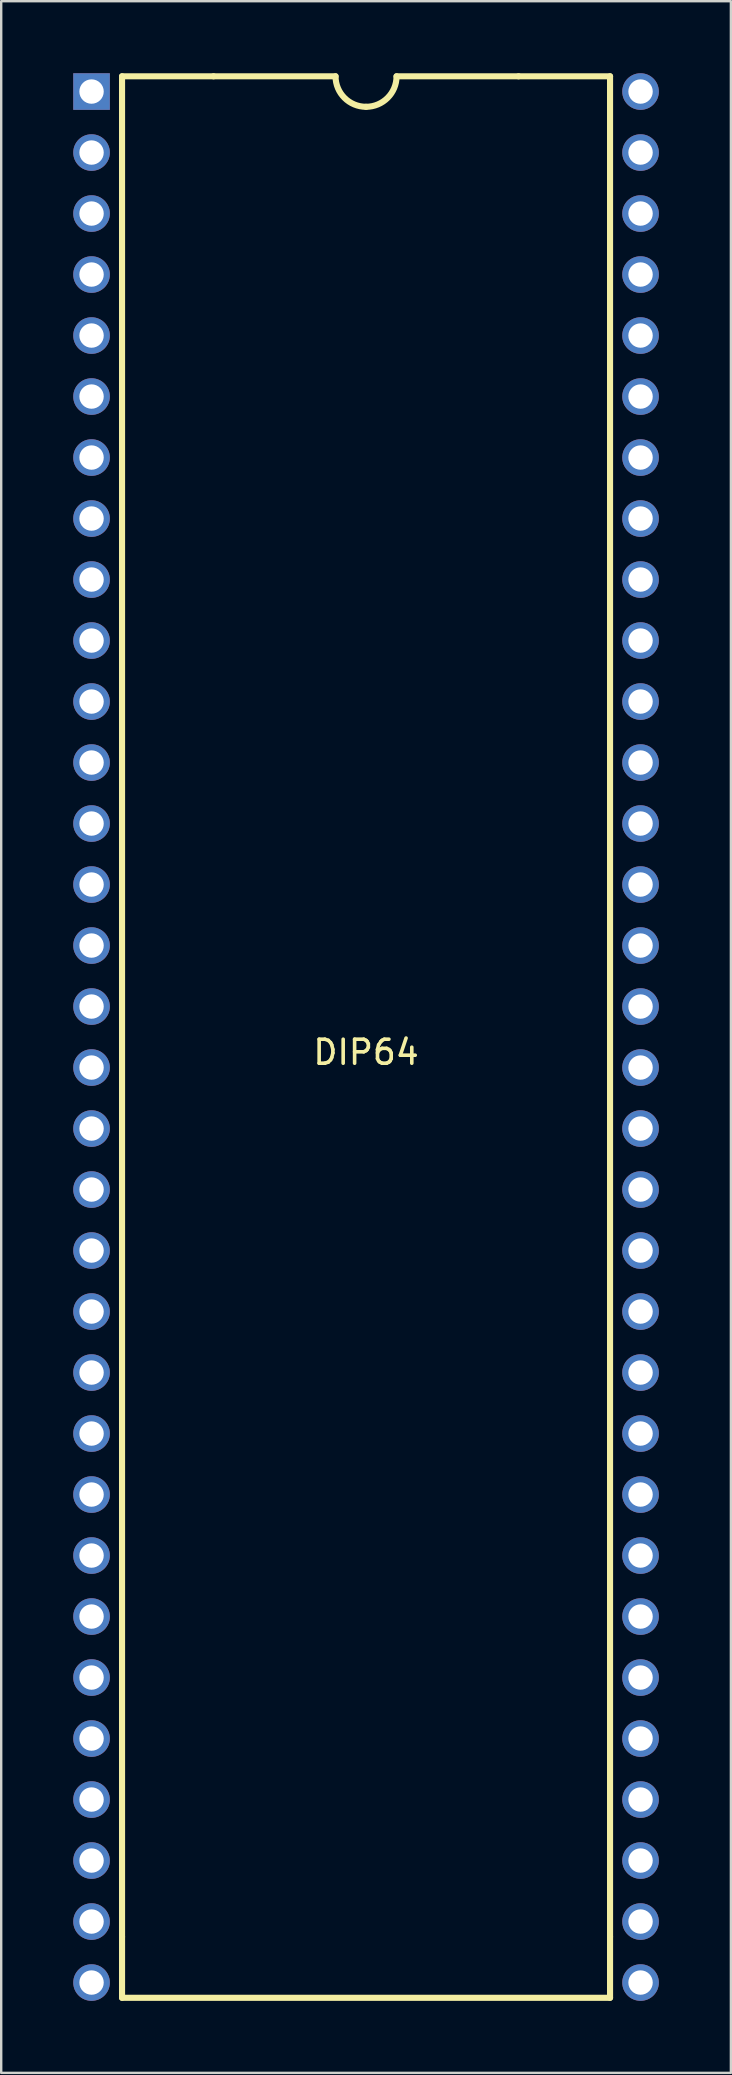
<source format=kicad_pcb>
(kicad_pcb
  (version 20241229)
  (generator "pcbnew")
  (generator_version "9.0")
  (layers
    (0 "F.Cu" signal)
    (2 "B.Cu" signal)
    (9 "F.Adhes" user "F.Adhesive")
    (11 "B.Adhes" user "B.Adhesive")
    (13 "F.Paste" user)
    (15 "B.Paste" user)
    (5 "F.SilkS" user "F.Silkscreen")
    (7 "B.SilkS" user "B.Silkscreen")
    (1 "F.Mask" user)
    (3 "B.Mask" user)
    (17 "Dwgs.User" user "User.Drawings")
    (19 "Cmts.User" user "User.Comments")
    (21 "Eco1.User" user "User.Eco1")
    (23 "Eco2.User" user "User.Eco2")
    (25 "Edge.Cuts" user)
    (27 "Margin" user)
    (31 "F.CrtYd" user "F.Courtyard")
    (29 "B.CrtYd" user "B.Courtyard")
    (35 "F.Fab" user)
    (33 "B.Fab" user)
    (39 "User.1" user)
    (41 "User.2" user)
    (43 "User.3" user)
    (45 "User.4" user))
  (footprint "DIP64"
    (layer "F.Cu")
    (at 12.192 40.132)
    (property "Reference" "DIP64" (at 0 0.635 0) (unlocked yes) (layer "F.SilkS") (effects (font (size 1 1) (thickness 0.15))))
    (attr through_hole)
    (fp_line (start -10.16 -40.005) (end -10.16 37.465) (stroke (width 0.254) (type solid)) (layer "F.SilkS"))
    (fp_line (start -10.16 37.465) (end -10.16 40.005) (stroke (width 0.254) (type solid)) (layer "F.SilkS"))
    (fp_line (start -10.16 40.005) (end 10.16 40.005) (stroke (width 0.254) (type solid)) (layer "F.SilkS"))
    (fp_line (start -6.35 -40.005) (end -10.16 -40.005) (stroke (width 0.254) (type solid)) (layer "F.SilkS"))
    (fp_line (start -6.35 -40.005) (end -1.27 -40.005) (stroke (width 0.254) (type solid)) (layer "F.SilkS"))
    (fp_line (start 6.35 -40.005) (end 1.27 -40.005) (stroke (width 0.254) (type solid)) (layer "F.SilkS"))
    (fp_line (start 6.35 -40.005) (end 10.16 -40.005) (stroke (width 0.254) (type solid)) (layer "F.SilkS"))
    (fp_line (start 10.16 37.465) (end 10.16 -40.005) (stroke (width 0.254) (type solid)) (layer "F.SilkS"))
    (fp_line (start 10.16 37.465) (end 10.16 40.005) (stroke (width 0.254) (type solid)) (layer "F.SilkS"))
    (fp_arc (start 0 -38.735) (mid -0.898026 -39.106974) (end -1.27 -40.005) (stroke (width 0.254) (type solid)) (layer "F.SilkS"))
    (fp_arc (start 1.27 -40.005) (mid 0.898026 -39.106974) (end 0 -38.735) (stroke (width 0.254) (type solid)) (layer "F.SilkS"))
    (pad "1" thru_hole rect (at -11.43 -39.37) (size 1.524 1.524) (drill 1.016) (layers "*.Cu" "*.Mask"))
    (pad "2" thru_hole circle (at -11.43 -36.83) (size 1.524 1.524) (drill 1.016) (layers "*.Cu" "*.Mask"))
    (pad "3" thru_hole circle (at -11.43 -34.29) (size 1.524 1.524) (drill 1.016) (layers "*.Cu" "*.Mask"))
    (pad "4" thru_hole circle (at -11.43 -31.75) (size 1.524 1.524) (drill 1.016) (layers "*.Cu" "*.Mask"))
    (pad "5" thru_hole circle (at -11.43 -29.21) (size 1.524 1.524) (drill 1.016) (layers "*.Cu" "*.Mask"))
    (pad "6" thru_hole circle (at -11.43 -26.67) (size 1.524 1.524) (drill 1.016) (layers "*.Cu" "*.Mask"))
    (pad "7" thru_hole circle (at -11.43 -24.13) (size 1.524 1.524) (drill 1.016) (layers "*.Cu" "*.Mask"))
    (pad "8" thru_hole circle (at -11.43 -21.59) (size 1.524 1.524) (drill 1.016) (layers "*.Cu" "*.Mask"))
    (pad "9" thru_hole circle (at -11.43 -19.05) (size 1.524 1.524) (drill 1.016) (layers "*.Cu" "*.Mask"))
    (pad "10" thru_hole circle (at -11.43 -16.51) (size 1.524 1.524) (drill 1.016) (layers "*.Cu" "*.Mask"))
    (pad "11" thru_hole circle (at -11.43 -13.97) (size 1.524 1.524) (drill 1.016) (layers "*.Cu" "*.Mask"))
    (pad "12" thru_hole circle (at -11.43 -11.43) (size 1.524 1.524) (drill 1.016) (layers "*.Cu" "*.Mask"))
    (pad "13" thru_hole circle (at -11.43 -8.89) (size 1.524 1.524) (drill 1.016) (layers "*.Cu" "*.Mask"))
    (pad "14" thru_hole circle (at -11.43 -6.35) (size 1.524 1.524) (drill 1.016) (layers "*.Cu" "*.Mask"))
    (pad "15" thru_hole circle (at -11.43 -3.81) (size 1.524 1.524) (drill 1.016) (layers "*.Cu" "*.Mask"))
    (pad "16" thru_hole circle (at -11.43 -1.27) (size 1.524 1.524) (drill 1.016) (layers "*.Cu" "*.Mask"))
    (pad "17" thru_hole circle (at -11.43 1.27) (size 1.524 1.524) (drill 1.016) (layers "*.Cu" "*.Mask"))
    (pad "18" thru_hole circle (at -11.43 3.81) (size 1.524 1.524) (drill 1.016) (layers "*.Cu" "*.Mask"))
    (pad "19" thru_hole circle (at -11.43 6.35) (size 1.524 1.524) (drill 1.016) (layers "*.Cu" "*.Mask"))
    (pad "20" thru_hole circle (at -11.43 8.89) (size 1.524 1.524) (drill 1.016) (layers "*.Cu" "*.Mask"))
    (pad "21" thru_hole circle (at -11.43 11.43) (size 1.524 1.524) (drill 1.016) (layers "*.Cu" "*.Mask"))
    (pad "22" thru_hole circle (at -11.43 13.97) (size 1.524 1.524) (drill 1.016) (layers "*.Cu" "*.Mask"))
    (pad "23" thru_hole circle (at -11.43 16.51) (size 1.524 1.524) (drill 1.016) (layers "*.Cu" "*.Mask"))
    (pad "24" thru_hole circle (at -11.43 19.05) (size 1.524 1.524) (drill 1.016) (layers "*.Cu" "*.Mask"))
    (pad "25" thru_hole circle (at -11.43 21.59) (size 1.524 1.524) (drill 1.016) (layers "*.Cu" "*.Mask"))
    (pad "26" thru_hole circle (at -11.43 24.13) (size 1.524 1.524) (drill 1.016) (layers "*.Cu" "*.Mask"))
    (pad "27" thru_hole circle (at -11.43 26.67) (size 1.524 1.524) (drill 1.016) (layers "*.Cu" "*.Mask"))
    (pad "28" thru_hole circle (at -11.43 29.21) (size 1.524 1.524) (drill 1.016) (layers "*.Cu" "*.Mask"))
    (pad "29" thru_hole circle (at -11.43 31.75) (size 1.524 1.524) (drill 1.016) (layers "*.Cu" "*.Mask"))
    (pad "30" thru_hole circle (at -11.43 34.29) (size 1.524 1.524) (drill 1.016) (layers "*.Cu" "*.Mask"))
    (pad "31" thru_hole circle (at -11.43 36.83) (size 1.524 1.524) (drill 1.016) (layers "*.Cu" "*.Mask"))
    (pad "32" thru_hole circle (at -11.43 39.37) (size 1.524 1.524) (drill 1.016) (layers "*.Cu" "*.Mask"))
    (pad "33" thru_hole circle (at 11.43 39.37) (size 1.524 1.524) (drill 1.016) (layers "*.Cu" "*.Mask"))
    (pad "34" thru_hole circle (at 11.43 36.83) (size 1.524 1.524) (drill 1.016) (layers "*.Cu" "*.Mask"))
    (pad "35" thru_hole circle (at 11.43 34.29) (size 1.524 1.524) (drill 1.016) (layers "*.Cu" "*.Mask"))
    (pad "36" thru_hole circle (at 11.43 31.75) (size 1.524 1.524) (drill 1.016) (layers "*.Cu" "*.Mask"))
    (pad "37" thru_hole circle (at 11.43 29.21) (size 1.524 1.524) (drill 1.016) (layers "*.Cu" "*.Mask"))
    (pad "38" thru_hole circle (at 11.43 26.67) (size 1.524 1.524) (drill 1.016) (layers "*.Cu" "*.Mask"))
    (pad "39" thru_hole circle (at 11.43 24.13) (size 1.524 1.524) (drill 1.016) (layers "*.Cu" "*.Mask"))
    (pad "40" thru_hole circle (at 11.43 21.59) (size 1.524 1.524) (drill 1.016) (layers "*.Cu" "*.Mask"))
    (pad "41" thru_hole circle (at 11.43 19.05) (size 1.524 1.524) (drill 1.016) (layers "*.Cu" "*.Mask"))
    (pad "42" thru_hole circle (at 11.43 16.51) (size 1.524 1.524) (drill 1.016) (layers "*.Cu" "*.Mask"))
    (pad "43" thru_hole circle (at 11.43 13.97) (size 1.524 1.524) (drill 1.016) (layers "*.Cu" "*.Mask"))
    (pad "44" thru_hole circle (at 11.43 11.43) (size 1.524 1.524) (drill 1.016) (layers "*.Cu" "*.Mask"))
    (pad "45" thru_hole circle (at 11.43 8.89) (size 1.524 1.524) (drill 1.016) (layers "*.Cu" "*.Mask"))
    (pad "46" thru_hole circle (at 11.43 6.35) (size 1.524 1.524) (drill 1.016) (layers "*.Cu" "*.Mask"))
    (pad "47" thru_hole circle (at 11.43 3.81) (size 1.524 1.524) (drill 1.016) (layers "*.Cu" "*.Mask"))
    (pad "48" thru_hole circle (at 11.43 1.27) (size 1.524 1.524) (drill 1.016) (layers "*.Cu" "*.Mask"))
    (pad "49" thru_hole circle (at 11.43 -1.27) (size 1.524 1.524) (drill 1.016) (layers "*.Cu" "*.Mask"))
    (pad "50" thru_hole circle (at 11.43 -3.81) (size 1.524 1.524) (drill 1.016) (layers "*.Cu" "*.Mask"))
    (pad "51" thru_hole circle (at 11.43 -6.35) (size 1.524 1.524) (drill 1.016) (layers "*.Cu" "*.Mask"))
    (pad "52" thru_hole circle (at 11.43 -8.89) (size 1.524 1.524) (drill 1.016) (layers "*.Cu" "*.Mask"))
    (pad "53" thru_hole circle (at 11.43 -11.43) (size 1.524 1.524) (drill 1.016) (layers "*.Cu" "*.Mask"))
    (pad "54" thru_hole circle (at 11.43 -13.97) (size 1.524 1.524) (drill 1.016) (layers "*.Cu" "*.Mask"))
    (pad "55" thru_hole circle (at 11.43 -16.51) (size 1.524 1.524) (drill 1.016) (layers "*.Cu" "*.Mask"))
    (pad "56" thru_hole circle (at 11.43 -19.05) (size 1.524 1.524) (drill 1.016) (layers "*.Cu" "*.Mask"))
    (pad "57" thru_hole circle (at 11.43 -21.59) (size 1.524 1.524) (drill 1.016) (layers "*.Cu" "*.Mask"))
    (pad "58" thru_hole circle (at 11.43 -24.13) (size 1.524 1.524) (drill 1.016) (layers "*.Cu" "*.Mask"))
    (pad "59" thru_hole circle (at 11.43 -26.67) (size 1.524 1.524) (drill 1.016) (layers "*.Cu" "*.Mask"))
    (pad "60" thru_hole circle (at 11.43 -29.21) (size 1.524 1.524) (drill 1.016) (layers "*.Cu" "*.Mask"))
    (pad "61" thru_hole circle (at 11.43 -31.75) (size 1.524 1.524) (drill 1.016) (layers "*.Cu" "*.Mask"))
    (pad "62" thru_hole circle (at 11.43 -34.29) (size 1.524 1.524) (drill 1.016) (layers "*.Cu" "*.Mask"))
    (pad "63" thru_hole circle (at 11.43 -36.83) (size 1.524 1.524) (drill 1.016) (layers "*.Cu" "*.Mask"))
    (pad "64" thru_hole circle (at 11.43 -39.37) (size 1.524 1.524) (drill 1.016) (layers "*.Cu" "*.Mask")))
  (gr_rect
    (start -3 -3)
    (end 27.384 83.264)
    (stroke (width 0.1) (type default))
    (fill no)
    (layer "Edge.Cuts")))
</source>
